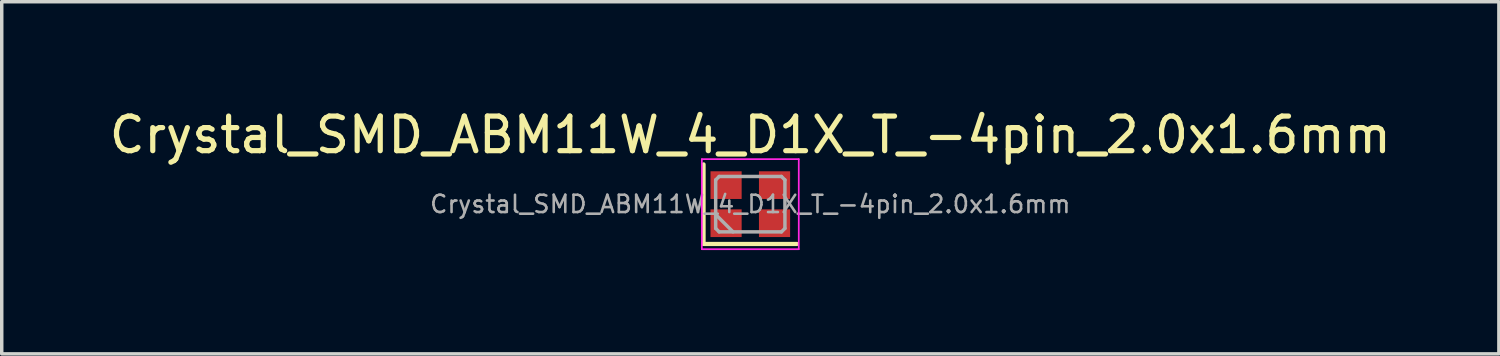
<source format=kicad_pcb>
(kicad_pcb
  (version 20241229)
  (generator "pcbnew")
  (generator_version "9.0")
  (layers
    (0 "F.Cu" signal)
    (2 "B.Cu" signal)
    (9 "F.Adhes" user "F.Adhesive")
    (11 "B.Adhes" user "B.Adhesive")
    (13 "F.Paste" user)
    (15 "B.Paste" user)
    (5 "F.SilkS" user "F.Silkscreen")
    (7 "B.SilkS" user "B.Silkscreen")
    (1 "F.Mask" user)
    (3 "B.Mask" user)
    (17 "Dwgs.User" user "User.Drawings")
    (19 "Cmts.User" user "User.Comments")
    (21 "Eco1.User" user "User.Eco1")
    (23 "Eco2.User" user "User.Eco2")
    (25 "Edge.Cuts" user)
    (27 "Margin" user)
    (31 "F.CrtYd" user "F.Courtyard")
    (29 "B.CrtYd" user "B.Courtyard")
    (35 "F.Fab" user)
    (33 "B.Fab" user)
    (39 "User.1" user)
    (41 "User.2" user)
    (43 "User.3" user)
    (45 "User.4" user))
  (footprint "Crystal_SMD_ABM11W_4_D1X_T_-4pin_2.0x1.6mm"
    (layer "F.Cu")
    (at 18.625 2.848)
    (property "Reference" "Crystal_SMD_ABM11W_4_D1X_T_-4pin_2.0x1.6mm" (at 0 -2 0) (layer "F.SilkS") (effects (font (size 1 1) (thickness 0.15))))
    (attr smd)
    (fp_line (start -1.35 -1.15) (end -1.35 1.15) (stroke (width 0.12) (type solid)) (layer "F.SilkS"))
    (fp_line (start -1.35 1.15) (end 1.35 1.15) (stroke (width 0.12) (type solid)) (layer "F.SilkS"))
    (fp_line (start -1.4 -1.3) (end -1.4 1.3) (stroke (width 0.05) (type solid)) (layer "F.CrtYd"))
    (fp_line (start -1.4 1.3) (end 1.4 1.3) (stroke (width 0.05) (type solid)) (layer "F.CrtYd"))
    (fp_line (start 1.4 -1.3) (end -1.4 -1.3) (stroke (width 0.05) (type solid)) (layer "F.CrtYd"))
    (fp_line (start 1.4 1.3) (end 1.4 -1.3) (stroke (width 0.05) (type solid)) (layer "F.CrtYd"))
    (fp_line (start -1 -0.7) (end -0.9 -0.8) (stroke (width 0.1) (type solid)) (layer "F.Fab"))
    (fp_line (start -1 0.3) (end -0.5 0.8) (stroke (width 0.1) (type solid)) (layer "F.Fab"))
    (fp_line (start -1 0.7) (end -1 -0.7) (stroke (width 0.1) (type solid)) (layer "F.Fab"))
    (fp_line (start -0.9 -0.8) (end 0.9 -0.8) (stroke (width 0.1) (type solid)) (layer "F.Fab"))
    (fp_line (start -0.9 0.8) (end -1 0.7) (stroke (width 0.1) (type solid)) (layer "F.Fab"))
    (fp_line (start 0.9 -0.8) (end 1 -0.7) (stroke (width 0.1) (type solid)) (layer "F.Fab"))
    (fp_line (start 0.9 0.8) (end -0.9 0.8) (stroke (width 0.1) (type solid)) (layer "F.Fab"))
    (fp_line (start 1 -0.7) (end 1 0.7) (stroke (width 0.1) (type solid)) (layer "F.Fab"))
    (fp_line (start 1 0.7) (end 0.9 0.8) (stroke (width 0.1) (type solid)) (layer "F.Fab"))
    (fp_text user "${REFERENCE}" (at 0 0 0) (layer "F.Fab") (effects (font (size 0.5 0.5) (thickness 0.075))))
    (pad "1" smd rect (at -0.7 0.55) (size 0.9 0.8) (layers "F.Cu" "F.Mask" "F.Paste"))
    (pad "2" smd rect (at 0.7 -0.55) (size 0.9 0.8) (layers "F.Cu" "F.Mask" "F.Paste"))
    (pad "3" smd rect (at 0.7 0.55) (size 0.9 0.8) (layers "F.Cu" "F.Mask" "F.Paste"))
    (pad "4" smd rect (at -0.7 -0.55) (size 0.9 0.8) (layers "F.Cu" "F.Mask" "F.Paste")))
  (gr_rect
    (start -3 -3)
    (end 40.25 7.173)
    (stroke (width 0.1) (type default))
    (fill no)
    (layer "Edge.Cuts")))
</source>
